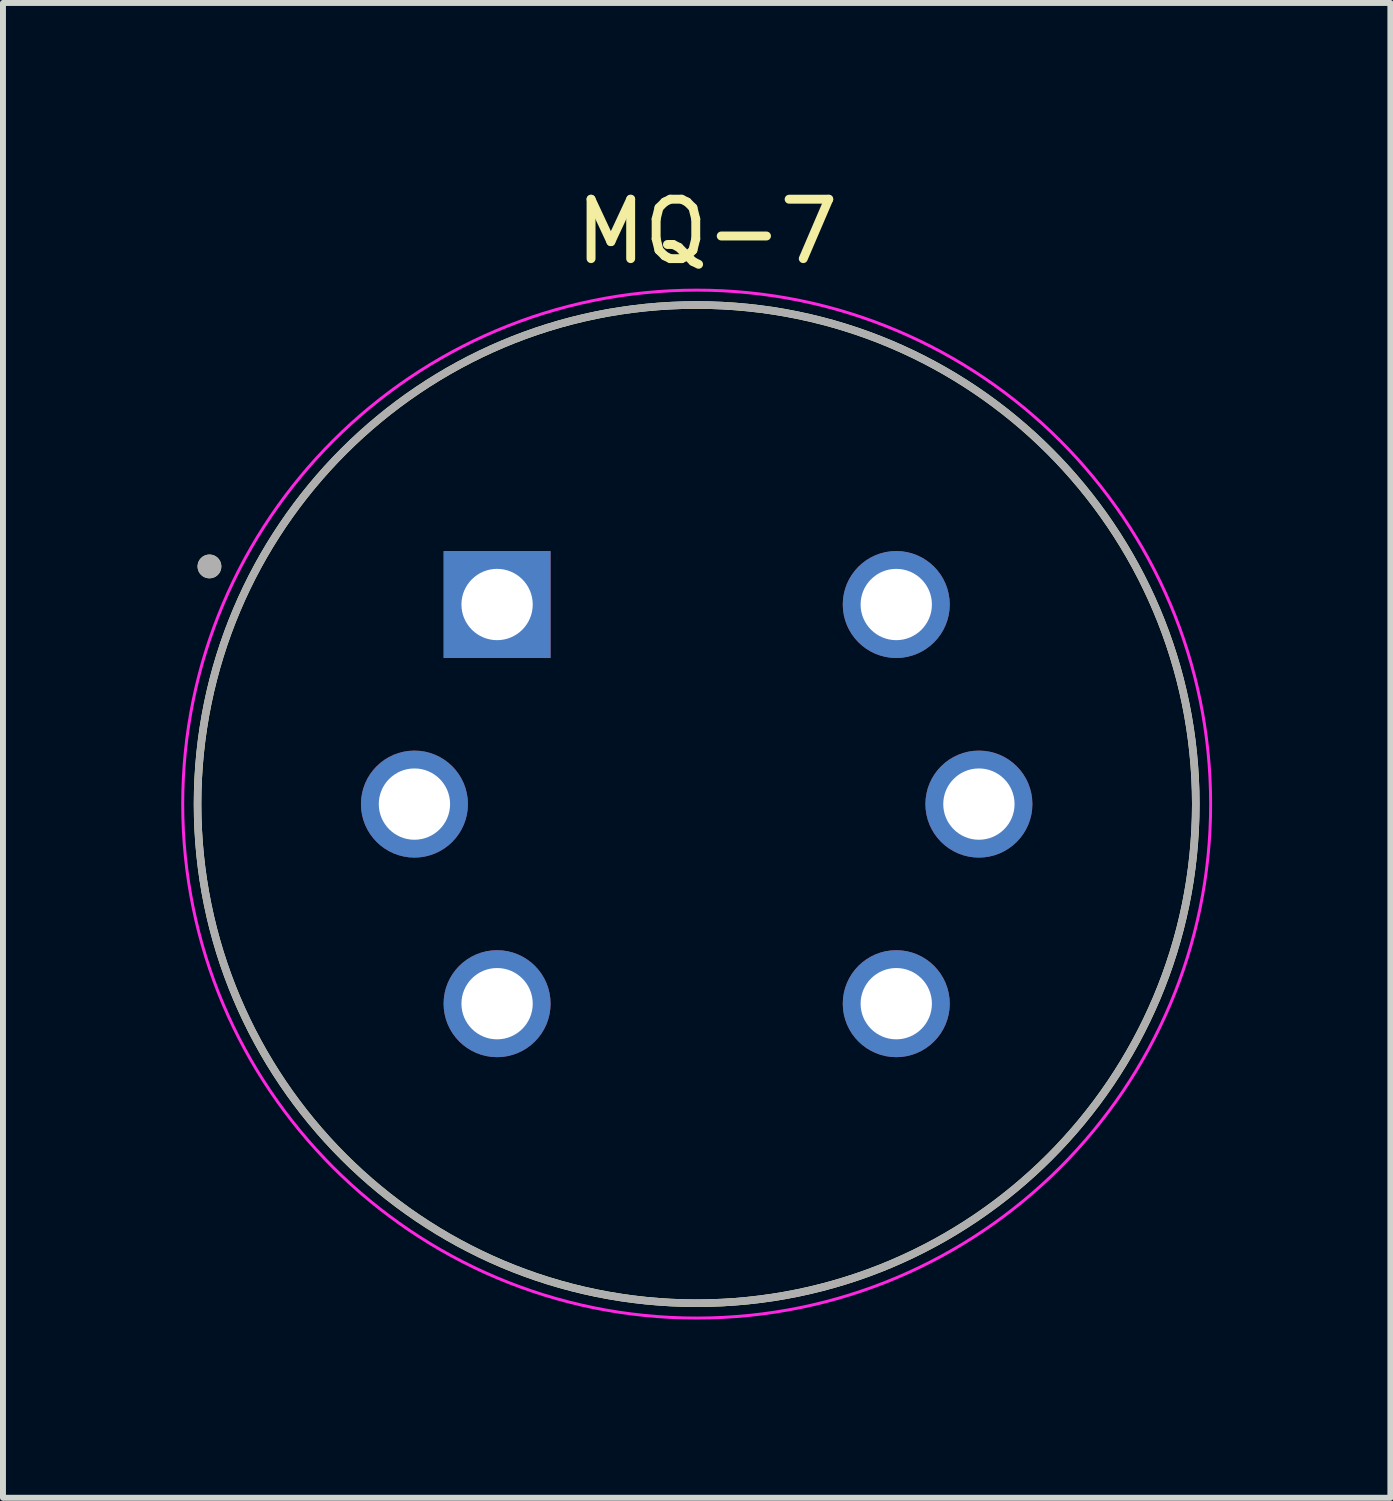
<source format=kicad_pcb>
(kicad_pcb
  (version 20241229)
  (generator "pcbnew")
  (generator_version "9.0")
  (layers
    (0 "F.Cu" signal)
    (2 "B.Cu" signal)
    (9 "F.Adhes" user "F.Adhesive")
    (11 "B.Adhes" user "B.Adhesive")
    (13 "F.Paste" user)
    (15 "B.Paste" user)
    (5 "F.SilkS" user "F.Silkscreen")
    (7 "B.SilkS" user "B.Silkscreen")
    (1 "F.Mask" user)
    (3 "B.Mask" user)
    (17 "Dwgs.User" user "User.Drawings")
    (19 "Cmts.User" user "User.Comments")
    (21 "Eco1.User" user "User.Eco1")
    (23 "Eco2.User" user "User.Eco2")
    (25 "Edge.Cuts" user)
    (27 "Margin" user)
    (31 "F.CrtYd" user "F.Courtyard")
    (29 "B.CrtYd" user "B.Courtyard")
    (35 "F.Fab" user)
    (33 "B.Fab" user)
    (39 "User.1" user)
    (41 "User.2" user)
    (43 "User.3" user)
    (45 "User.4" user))
  (footprint "MQ-7"
    (layer "F.Cu")
    (at 8.675 10.483)
    (property "Reference" "MQ-7" (at 0.175 -9.635 0) (layer "F.SilkS") (effects (font (size 1 1) (thickness 0.15))))
    (attr through_hole)
    (fp_circle (center -8.2 -4) (end -8.1 -4) (stroke (width 0.2) (type solid)) (fill no) (layer "F.SilkS"))
    (fp_circle (center 0 0) (end 8.4 0) (stroke (width 0.127) (type solid)) (fill no) (layer "F.SilkS"))
    (fp_circle (center 0 0) (end 8.65 0) (stroke (width 0.05) (type solid)) (fill no) (layer "F.CrtYd"))
    (fp_circle (center -8.2 -4) (end -8.1 -4) (stroke (width 0.2) (type solid)) (fill no) (layer "F.Fab"))
    (fp_circle (center 0 0) (end 8.4 0) (stroke (width 0.127) (type solid)) (fill no) (layer "F.Fab"))
    (pad "1" thru_hole rect (at -3.359 -3.359) (size 1.8 1.8) (drill 1.2) (layers "*.Cu" "*.Mask"))
    (pad "2" thru_hole circle (at 3.359 -3.359) (size 1.8 1.8) (drill 1.2) (layers "*.Cu" "*.Mask"))
    (pad "3" thru_hole circle (at -3.359 3.359) (size 1.8 1.8) (drill 1.2) (layers "*.Cu" "*.Mask"))
    (pad "4" thru_hole circle (at 3.359 3.359) (size 1.8 1.8) (drill 1.2) (layers "*.Cu" "*.Mask"))
    (pad "5" thru_hole circle (at 4.75 0) (size 1.8 1.8) (drill 1.2) (layers "*.Cu" "*.Mask"))
    (pad "6" thru_hole circle (at -4.75 0) (size 1.8 1.8) (drill 1.2) (layers "*.Cu" "*.Mask")))
  (gr_rect
    (start -3 -3)
    (end 20.35 22.158)
    (stroke (width 0.1) (type default))
    (fill no)
    (layer "Edge.Cuts")))
</source>
